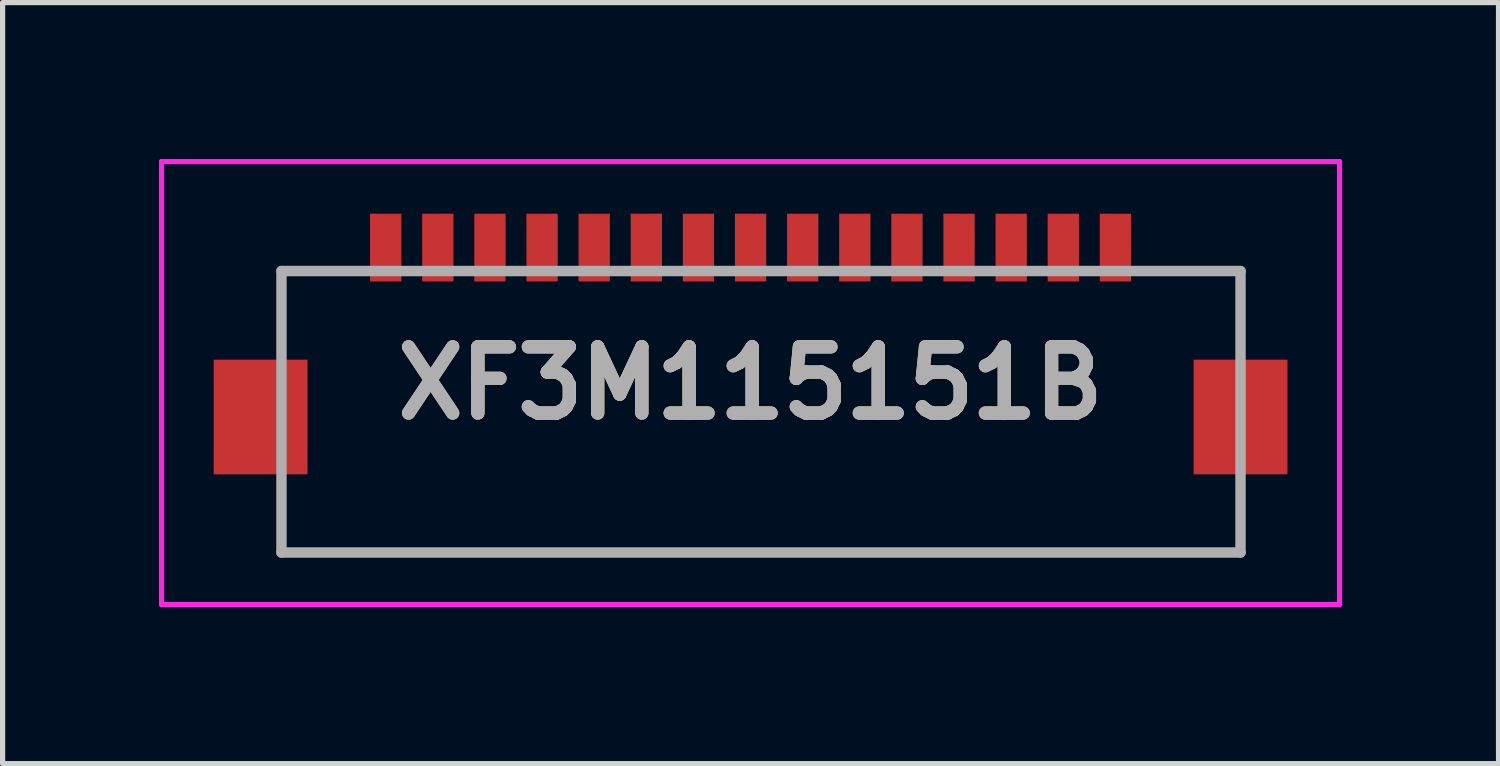
<source format=kicad_pcb>
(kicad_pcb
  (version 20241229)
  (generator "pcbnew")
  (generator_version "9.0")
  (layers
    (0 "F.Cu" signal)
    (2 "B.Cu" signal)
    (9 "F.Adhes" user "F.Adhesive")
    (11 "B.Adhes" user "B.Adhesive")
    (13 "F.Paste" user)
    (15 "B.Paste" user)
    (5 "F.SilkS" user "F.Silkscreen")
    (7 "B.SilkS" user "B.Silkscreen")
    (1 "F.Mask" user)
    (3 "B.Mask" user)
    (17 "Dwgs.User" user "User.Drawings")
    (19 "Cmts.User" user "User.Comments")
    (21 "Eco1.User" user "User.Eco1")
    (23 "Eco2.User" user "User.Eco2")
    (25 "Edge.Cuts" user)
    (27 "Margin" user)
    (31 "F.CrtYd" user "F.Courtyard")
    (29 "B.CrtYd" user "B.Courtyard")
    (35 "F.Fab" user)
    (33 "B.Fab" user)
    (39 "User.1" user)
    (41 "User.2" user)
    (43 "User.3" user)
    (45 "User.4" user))
  (footprint "XF3M115151B"
    (layer "F.Cu")
    (at 11.35 4.3)
    (property "Reference" "XF3M115151B" (at 0 0 0) (layer "F.SilkS") (effects (font (size 1.27 1.27) (thickness 0.254))))
    (attr smd)
    (fp_line (start -9 -2.15) (end -8 -2.15) (stroke (width 0.1) (type solid)) (layer "F.SilkS"))
    (fp_line (start -9 -0.95) (end -9 -2.15) (stroke (width 0.1) (type solid)) (layer "F.SilkS"))
    (fp_line (start -9 2.55) (end -9 3.25) (stroke (width 0.1) (type solid)) (layer "F.SilkS"))
    (fp_line (start -9 3.25) (end 9.4 3.25) (stroke (width 0.1) (type solid)) (layer "F.SilkS"))
    (fp_line (start 9.4 -2.15) (end 8 -2.15) (stroke (width 0.1) (type solid)) (layer "F.SilkS"))
    (fp_line (start 9.4 -0.95) (end 9.4 -2.15) (stroke (width 0.1) (type solid)) (layer "F.SilkS"))
    (fp_line (start 9.4 3.25) (end 9.4 2.55) (stroke (width 0.1) (type solid)) (layer "F.SilkS"))
    (fp_line (start -11.3 -4.25) (end 11.3 -4.25) (stroke (width 0.1) (type solid)) (layer "F.CrtYd"))
    (fp_line (start -11.3 4.25) (end -11.3 -4.25) (stroke (width 0.1) (type solid)) (layer "F.CrtYd"))
    (fp_line (start 11.3 -4.25) (end 11.3 4.25) (stroke (width 0.1) (type solid)) (layer "F.CrtYd"))
    (fp_line (start 11.3 4.25) (end -11.3 4.25) (stroke (width 0.1) (type solid)) (layer "F.CrtYd"))
    (fp_line (start -9 -2.15) (end 9.4 -2.15) (stroke (width 0.2) (type solid)) (layer "F.Fab"))
    (fp_line (start -9 3.25) (end -9 -2.15) (stroke (width 0.2) (type solid)) (layer "F.Fab"))
    (fp_line (start 9.4 -2.15) (end 9.4 3.25) (stroke (width 0.2) (type solid)) (layer "F.Fab"))
    (fp_line (start 9.4 3.25) (end -9 3.25) (stroke (width 0.2) (type solid)) (layer "F.Fab"))
    (fp_text user "${REFERENCE}" (at 0 0 0) (layer "F.Fab") (effects (font (size 1.27 1.27) (thickness 0.254))))
    (pad "1" smd rect (at -7 -2.6) (size 0.6 1.3) (layers "F.Cu" "F.Mask" "F.Paste"))
    (pad "2" smd rect (at -6 -2.6) (size 0.6 1.3) (layers "F.Cu" "F.Mask" "F.Paste"))
    (pad "3" smd rect (at -5 -2.6) (size 0.6 1.3) (layers "F.Cu" "F.Mask" "F.Paste"))
    (pad "4" smd rect (at -4 -2.6) (size 0.6 1.3) (layers "F.Cu" "F.Mask" "F.Paste"))
    (pad "5" smd rect (at -3 -2.6) (size 0.6 1.3) (layers "F.Cu" "F.Mask" "F.Paste"))
    (pad "6" smd rect (at -2 -2.6) (size 0.6 1.3) (layers "F.Cu" "F.Mask" "F.Paste"))
    (pad "7" smd rect (at -1 -2.6) (size 0.6 1.3) (layers "F.Cu" "F.Mask" "F.Paste"))
    (pad "8" smd rect (at 0 -2.6) (size 0.6 1.3) (layers "F.Cu" "F.Mask" "F.Paste"))
    (pad "9" smd rect (at 1 -2.6) (size 0.6 1.3) (layers "F.Cu" "F.Mask" "F.Paste"))
    (pad "10" smd rect (at 2 -2.6) (size 0.6 1.3) (layers "F.Cu" "F.Mask" "F.Paste"))
    (pad "11" smd rect (at 3 -2.6) (size 0.6 1.3) (layers "F.Cu" "F.Mask" "F.Paste"))
    (pad "12" smd rect (at 4 -2.6) (size 0.6 1.3) (layers "F.Cu" "F.Mask" "F.Paste"))
    (pad "13" smd rect (at 5 -2.6) (size 0.6 1.3) (layers "F.Cu" "F.Mask" "F.Paste"))
    (pad "14" smd rect (at 6 -2.6) (size 0.6 1.3) (layers "F.Cu" "F.Mask" "F.Paste"))
    (pad "15" smd rect (at 7 -2.6) (size 0.6 1.3) (layers "F.Cu" "F.Mask" "F.Paste"))
    (pad "MP1" smd rect (at -9.4 0.65) (size 1.8 2.2) (layers "F.Cu" "F.Mask" "F.Paste"))
    (pad "MP2" smd rect (at 9.4 0.65) (size 1.8 2.2) (layers "F.Cu" "F.Mask" "F.Paste")))
  (gr_rect
    (start -3 -3)
    (end 25.7 11.6)
    (stroke (width 0.1) (type default))
    (fill no)
    (layer "Edge.Cuts")))
</source>
